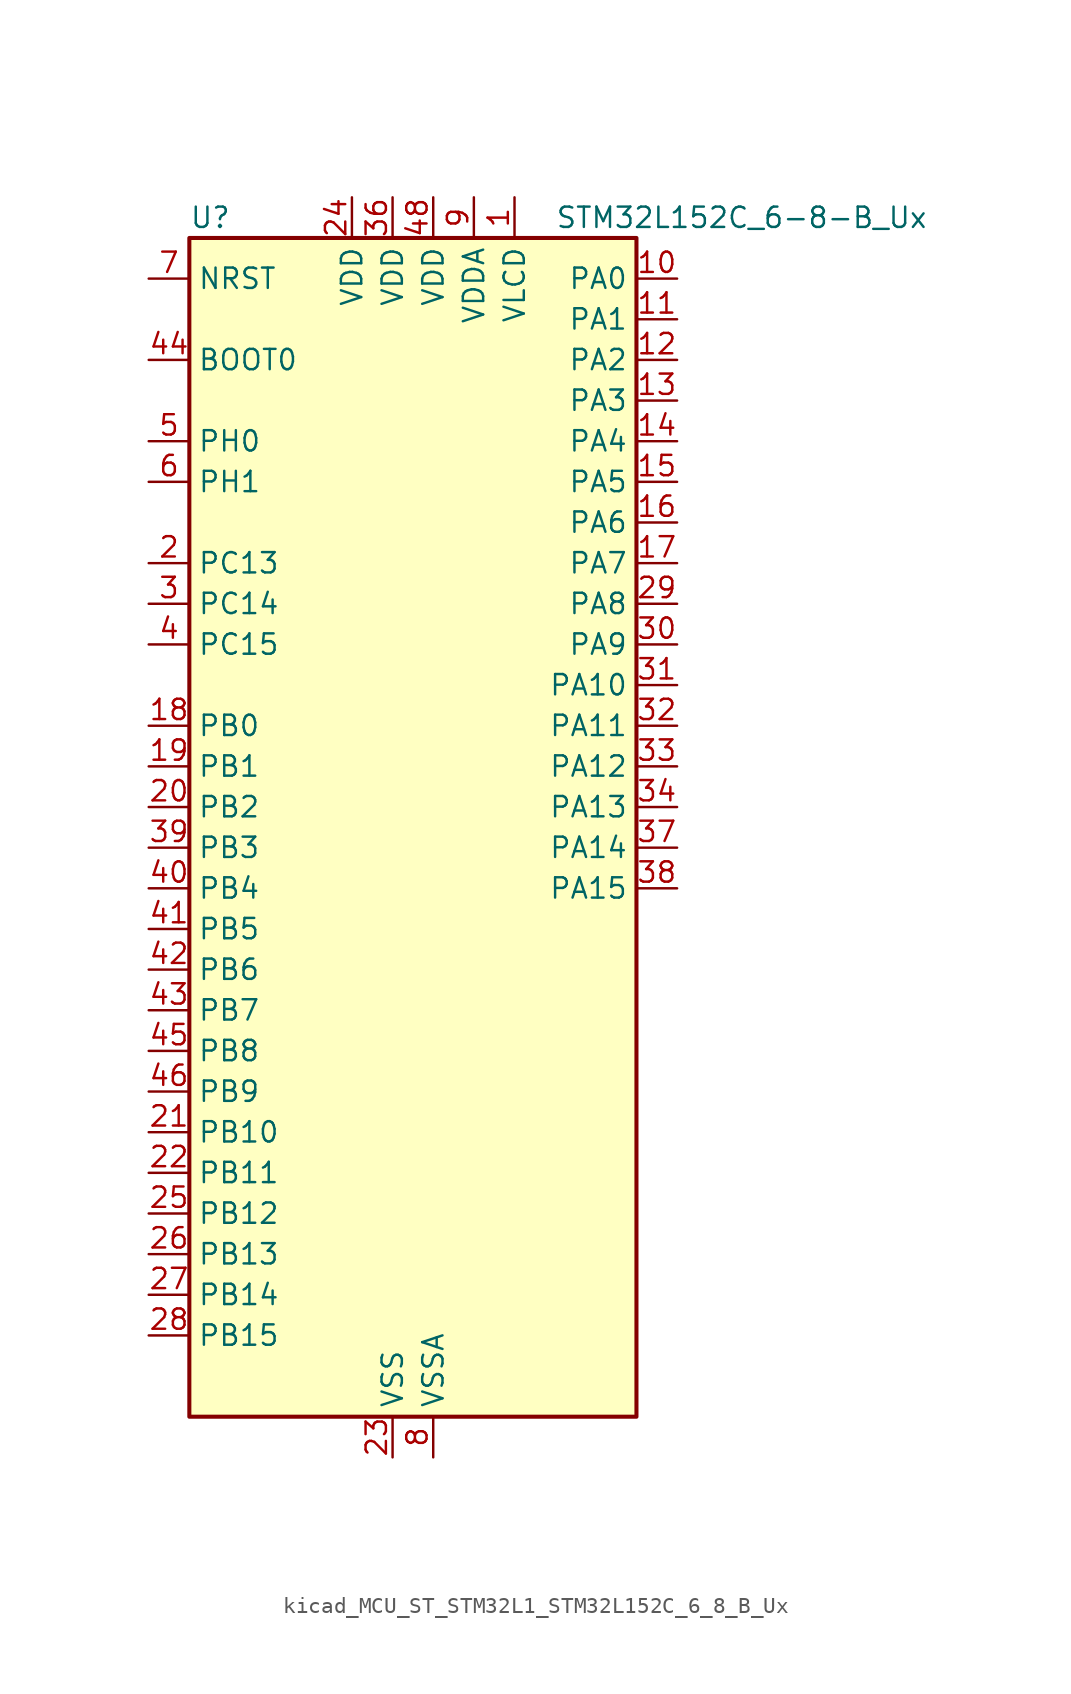
<source format=kicad_sym>
(kicad_symbol_lib
  (version 20220914)
  (generator kicad_symbol_editor)
  (symbol "kicad_MCU_ST_STM32L1_STM32L152C_6_8_B_Ux"
    (property "Reference" "U"
      (at -12.7 39.37 0)
      (effects (font (size 1.27 1.27)) (justify left)))
    (property "Value" "STM32L152C_6-8-B_Ux"
      (at 10.16 39.37 0)
      (effects (font (size 1.27 1.27)) (justify left)))
    (property "ki_locked" ""
      (at 0 0 0)
      (effects (font (size 1.27 1.27))))
    (symbol "kicad_MCU_ST_STM32L1_STM32L152C_6_8_B_Ux_0_1"
      (rectangle (start -12.7 -35.56) (end 15.24 38.1) (stroke (width 0.254) (type default)) (fill (type background))))
    (symbol "kicad_MCU_ST_STM32L1_STM32L152C_6_8_B_Ux_1_1"
      (pin power_in line (at 7.62 40.64 270) (length 2.54) (name "VLCD" (effects (font (size 1.27 1.27)))) (number "1" (effects (font (size 1.27 1.27)))))
      (pin bidirectional line (at 17.78 35.56 180) (length 2.54) (name "PA0" (effects (font (size 1.27 1.27)))) (number "10" (effects (font (size 1.27 1.27)))) (alternate "ADC_IN0" bidirectional line) (alternate "COMP1_INP" bidirectional line) (alternate "SYS_WKUP1" bidirectional line) (alternate "TIM2_CH1" bidirectional line) (alternate "TIM2_ETR" bidirectional line) (alternate "TIMX_IC1" bidirectional line) (alternate "TS_G1_IO1" bidirectional line) (alternate "USART2_CTS" bidirectional line))
      (pin bidirectional line (at 17.78 33.02 180) (length 2.54) (name "PA1" (effects (font (size 1.27 1.27)))) (number "11" (effects (font (size 1.27 1.27)))) (alternate "ADC_IN1" bidirectional line) (alternate "COMP1_INP" bidirectional line) (alternate "LCD_SEG0" bidirectional line) (alternate "TIM2_CH2" bidirectional line) (alternate "TIMX_IC2" bidirectional line) (alternate "TS_G1_IO2" bidirectional line) (alternate "USART2_RTS" bidirectional line))
      (pin bidirectional line (at 17.78 30.48 180) (length 2.54) (name "PA2" (effects (font (size 1.27 1.27)))) (number "12" (effects (font (size 1.27 1.27)))) (alternate "ADC_IN2" bidirectional line) (alternate "COMP1_INP" bidirectional line) (alternate "LCD_SEG1" bidirectional line) (alternate "TIM2_CH3" bidirectional line) (alternate "TIM9_CH1" bidirectional line) (alternate "TIMX_IC3" bidirectional line) (alternate "TS_G1_IO3" bidirectional line) (alternate "USART2_TX" bidirectional line))
      (pin bidirectional line (at 17.78 27.94 180) (length 2.54) (name "PA3" (effects (font (size 1.27 1.27)))) (number "13" (effects (font (size 1.27 1.27)))) (alternate "ADC_IN3" bidirectional line) (alternate "COMP1_INP" bidirectional line) (alternate "LCD_SEG2" bidirectional line) (alternate "TIM2_CH4" bidirectional line) (alternate "TIM9_CH2" bidirectional line) (alternate "TIMX_IC4" bidirectional line) (alternate "TS_G1_IO4" bidirectional line) (alternate "USART2_RX" bidirectional line))
      (pin bidirectional line (at 17.78 25.4 180) (length 2.54) (name "PA4" (effects (font (size 1.27 1.27)))) (number "14" (effects (font (size 1.27 1.27)))) (alternate "ADC_IN4" bidirectional line) (alternate "COMP1_INP" bidirectional line) (alternate "DAC_OUT1" bidirectional line) (alternate "SPI1_NSS" bidirectional line) (alternate "TIMX_IC1" bidirectional line) (alternate "USART2_CK" bidirectional line))
      (pin bidirectional line (at 17.78 22.86 180) (length 2.54) (name "PA5" (effects (font (size 1.27 1.27)))) (number "15" (effects (font (size 1.27 1.27)))) (alternate "ADC_IN5" bidirectional line) (alternate "COMP1_INP" bidirectional line) (alternate "DAC_OUT2" bidirectional line) (alternate "SPI1_SCK" bidirectional line) (alternate "TIM2_CH1" bidirectional line) (alternate "TIM2_ETR" bidirectional line) (alternate "TIMX_IC2" bidirectional line))
      (pin bidirectional line (at 17.78 20.32 180) (length 2.54) (name "PA6" (effects (font (size 1.27 1.27)))) (number "16" (effects (font (size 1.27 1.27)))) (alternate "ADC_IN6" bidirectional line) (alternate "COMP1_INP" bidirectional line) (alternate "LCD_SEG3" bidirectional line) (alternate "SPI1_MISO" bidirectional line) (alternate "TIM10_CH1" bidirectional line) (alternate "TIM3_CH1" bidirectional line) (alternate "TIMX_IC3" bidirectional line) (alternate "TS_G2_IO1" bidirectional line))
      (pin bidirectional line (at 17.78 17.78 180) (length 2.54) (name "PA7" (effects (font (size 1.27 1.27)))) (number "17" (effects (font (size 1.27 1.27)))) (alternate "ADC_IN7" bidirectional line) (alternate "COMP1_INP" bidirectional line) (alternate "LCD_SEG4" bidirectional line) (alternate "SPI1_MOSI" bidirectional line) (alternate "TIM11_CH1" bidirectional line) (alternate "TIM3_CH2" bidirectional line) (alternate "TIMX_IC4" bidirectional line) (alternate "TS_G2_IO2" bidirectional line))
      (pin bidirectional line (at -15.24 7.62 0) (length 2.54) (name "PB0" (effects (font (size 1.27 1.27)))) (number "18" (effects (font (size 1.27 1.27)))) (alternate "ADC_IN8" bidirectional line) (alternate "COMP1_INP" bidirectional line) (alternate "LCD_SEG5" bidirectional line) (alternate "SYS_V_REF_OUT" bidirectional line) (alternate "TIM3_CH3" bidirectional line) (alternate "TS_G3_IO1" bidirectional line))
      (pin bidirectional line (at -15.24 5.08 0) (length 2.54) (name "PB1" (effects (font (size 1.27 1.27)))) (number "19" (effects (font (size 1.27 1.27)))) (alternate "ADC_IN9" bidirectional line) (alternate "COMP1_INP" bidirectional line) (alternate "LCD_SEG6" bidirectional line) (alternate "SYS_V_REF_OUT" bidirectional line) (alternate "TIM3_CH4" bidirectional line) (alternate "TS_G3_IO2" bidirectional line))
      (pin bidirectional line (at -15.24 17.78 0) (length 2.54) (name "PC13" (effects (font (size 1.27 1.27)))) (number "2" (effects (font (size 1.27 1.27)))) (alternate "RTC_OUT_ALARM" bidirectional line) (alternate "RTC_OUT_CALIB" bidirectional line) (alternate "RTC_TAMP1" bidirectional line) (alternate "RTC_TS" bidirectional line) (alternate "SYS_WKUP2" bidirectional line) (alternate "TIMX_IC2" bidirectional line))
      (pin bidirectional line (at -15.24 2.54 0) (length 2.54) (name "PB2" (effects (font (size 1.27 1.27)))) (number "20" (effects (font (size 1.27 1.27)))))
      (pin bidirectional line (at -15.24 -17.78 0) (length 2.54) (name "PB10" (effects (font (size 1.27 1.27)))) (number "21" (effects (font (size 1.27 1.27)))) (alternate "I2C2_SCL" bidirectional line) (alternate "LCD_SEG10" bidirectional line) (alternate "TIM2_CH3" bidirectional line) (alternate "USART3_TX" bidirectional line))
      (pin bidirectional line (at -15.24 -20.32 0) (length 2.54) (name "PB11" (effects (font (size 1.27 1.27)))) (number "22" (effects (font (size 1.27 1.27)))) (alternate "ADC_EXTI11" bidirectional line) (alternate "I2C2_SDA" bidirectional line) (alternate "LCD_SEG11" bidirectional line) (alternate "TIM2_CH4" bidirectional line) (alternate "USART3_RX" bidirectional line))
      (pin power_in line (at 0 -38.1 90) (length 2.54) (name "VSS" (effects (font (size 1.27 1.27)))) (number "23" (effects (font (size 1.27 1.27)))))
      (pin power_in line (at -2.54 40.64 270) (length 2.54) (name "VDD" (effects (font (size 1.27 1.27)))) (number "24" (effects (font (size 1.27 1.27)))))
      (pin bidirectional line (at -15.24 -22.86 0) (length 2.54) (name "PB12" (effects (font (size 1.27 1.27)))) (number "25" (effects (font (size 1.27 1.27)))) (alternate "ADC_IN18" bidirectional line) (alternate "COMP1_INP" bidirectional line) (alternate "I2C2_SMBA" bidirectional line) (alternate "LCD_SEG12" bidirectional line) (alternate "SPI2_NSS" bidirectional line) (alternate "TIM10_CH1" bidirectional line) (alternate "TS_G7_IO1" bidirectional line) (alternate "USART3_CK" bidirectional line))
      (pin bidirectional line (at -15.24 -25.4 0) (length 2.54) (name "PB13" (effects (font (size 1.27 1.27)))) (number "26" (effects (font (size 1.27 1.27)))) (alternate "ADC_IN19" bidirectional line) (alternate "COMP1_INP" bidirectional line) (alternate "LCD_SEG13" bidirectional line) (alternate "SPI2_SCK" bidirectional line) (alternate "TIM9_CH1" bidirectional line) (alternate "TS_G7_IO2" bidirectional line) (alternate "USART3_CTS" bidirectional line))
      (pin bidirectional line (at -15.24 -27.94 0) (length 2.54) (name "PB14" (effects (font (size 1.27 1.27)))) (number "27" (effects (font (size 1.27 1.27)))) (alternate "ADC_IN20" bidirectional line) (alternate "COMP1_INP" bidirectional line) (alternate "LCD_SEG14" bidirectional line) (alternate "SPI2_MISO" bidirectional line) (alternate "TIM9_CH2" bidirectional line) (alternate "TS_G7_IO3" bidirectional line) (alternate "USART3_RTS" bidirectional line))
      (pin bidirectional line (at -15.24 -30.48 0) (length 2.54) (name "PB15" (effects (font (size 1.27 1.27)))) (number "28" (effects (font (size 1.27 1.27)))) (alternate "ADC_EXTI15" bidirectional line) (alternate "ADC_IN21" bidirectional line) (alternate "COMP1_INP" bidirectional line) (alternate "LCD_SEG15" bidirectional line) (alternate "RTC_REFIN" bidirectional line) (alternate "SPI2_MOSI" bidirectional line) (alternate "TIM11_CH1" bidirectional line) (alternate "TS_G7_IO4" bidirectional line))
      (pin bidirectional line (at 17.78 15.24 180) (length 2.54) (name "PA8" (effects (font (size 1.27 1.27)))) (number "29" (effects (font (size 1.27 1.27)))) (alternate "LCD_COM0" bidirectional line) (alternate "RCC_MCO" bidirectional line) (alternate "TIMX_IC1" bidirectional line) (alternate "TS_G4_IO1" bidirectional line) (alternate "USART1_CK" bidirectional line))
      (pin bidirectional line (at -15.24 15.24 0) (length 2.54) (name "PC14" (effects (font (size 1.27 1.27)))) (number "3" (effects (font (size 1.27 1.27)))) (alternate "RCC_OSC32_IN" bidirectional line) (alternate "TIMX_IC3" bidirectional line))
      (pin bidirectional line (at 17.78 12.7 180) (length 2.54) (name "PA9" (effects (font (size 1.27 1.27)))) (number "30" (effects (font (size 1.27 1.27)))) (alternate "DAC_EXTI9" bidirectional line) (alternate "LCD_COM1" bidirectional line) (alternate "TIMX_IC2" bidirectional line) (alternate "TS_G4_IO2" bidirectional line) (alternate "USART1_TX" bidirectional line))
      (pin bidirectional line (at 17.78 10.16 180) (length 2.54) (name "PA10" (effects (font (size 1.27 1.27)))) (number "31" (effects (font (size 1.27 1.27)))) (alternate "LCD_COM2" bidirectional line) (alternate "TIMX_IC3" bidirectional line) (alternate "TS_G4_IO3" bidirectional line) (alternate "USART1_RX" bidirectional line))
      (pin bidirectional line (at 17.78 7.62 180) (length 2.54) (name "PA11" (effects (font (size 1.27 1.27)))) (number "32" (effects (font (size 1.27 1.27)))) (alternate "ADC_EXTI11" bidirectional line) (alternate "SPI1_MISO" bidirectional line) (alternate "TIMX_IC4" bidirectional line) (alternate "USART1_CTS" bidirectional line) (alternate "USB_DM" bidirectional line))
      (pin bidirectional line (at 17.78 5.08 180) (length 2.54) (name "PA12" (effects (font (size 1.27 1.27)))) (number "33" (effects (font (size 1.27 1.27)))) (alternate "SPI1_MOSI" bidirectional line) (alternate "TIMX_IC1" bidirectional line) (alternate "USART1_RTS" bidirectional line) (alternate "USB_DP" bidirectional line))
      (pin bidirectional line (at 17.78 2.54 180) (length 2.54) (name "PA13" (effects (font (size 1.27 1.27)))) (number "34" (effects (font (size 1.27 1.27)))) (alternate "SYS_JTMS-SWDIO" bidirectional line) (alternate "TIMX_IC2" bidirectional line) (alternate "TS_G5_IO1" bidirectional line))
      (pin passive line (at 0 -38.1 90) (length 2.54) hide (name "VSS" (effects (font (size 1.27 1.27)))) (number "35" (effects (font (size 1.27 1.27)))))
      (pin power_in line (at 0 40.64 270) (length 2.54) (name "VDD" (effects (font (size 1.27 1.27)))) (number "36" (effects (font (size 1.27 1.27)))))
      (pin bidirectional line (at 17.78 0 180) (length 2.54) (name "PA14" (effects (font (size 1.27 1.27)))) (number "37" (effects (font (size 1.27 1.27)))) (alternate "SYS_JTCK-SWCLK" bidirectional line) (alternate "TIMX_IC3" bidirectional line) (alternate "TS_G5_IO2" bidirectional line))
      (pin bidirectional line (at 17.78 -2.54 180) (length 2.54) (name "PA15" (effects (font (size 1.27 1.27)))) (number "38" (effects (font (size 1.27 1.27)))) (alternate "ADC_EXTI15" bidirectional line) (alternate "LCD_SEG17" bidirectional line) (alternate "SPI1_NSS" bidirectional line) (alternate "SYS_JTDI" bidirectional line) (alternate "TIM2_CH1" bidirectional line) (alternate "TIM2_ETR" bidirectional line) (alternate "TIMX_IC4" bidirectional line) (alternate "TS_G5_IO3" bidirectional line))
      (pin bidirectional line (at -15.24 0 0) (length 2.54) (name "PB3" (effects (font (size 1.27 1.27)))) (number "39" (effects (font (size 1.27 1.27)))) (alternate "COMP2_INM" bidirectional line) (alternate "LCD_SEG7" bidirectional line) (alternate "SPI1_SCK" bidirectional line) (alternate "SYS_JTDO-TRACESWO" bidirectional line) (alternate "TIM2_CH2" bidirectional line))
      (pin bidirectional line (at -15.24 12.7 0) (length 2.54) (name "PC15" (effects (font (size 1.27 1.27)))) (number "4" (effects (font (size 1.27 1.27)))) (alternate "ADC_EXTI15" bidirectional line) (alternate "RCC_OSC32_OUT" bidirectional line) (alternate "TIMX_IC4" bidirectional line))
      (pin bidirectional line (at -15.24 -2.54 0) (length 2.54) (name "PB4" (effects (font (size 1.27 1.27)))) (number "40" (effects (font (size 1.27 1.27)))) (alternate "COMP2_INP" bidirectional line) (alternate "LCD_SEG8" bidirectional line) (alternate "SPI1_MISO" bidirectional line) (alternate "SYS_JTRST" bidirectional line) (alternate "TIM3_CH1" bidirectional line) (alternate "TS_G6_IO1" bidirectional line))
      (pin bidirectional line (at -15.24 -5.08 0) (length 2.54) (name "PB5" (effects (font (size 1.27 1.27)))) (number "41" (effects (font (size 1.27 1.27)))) (alternate "COMP2_INP" bidirectional line) (alternate "I2C1_SMBA" bidirectional line) (alternate "LCD_SEG9" bidirectional line) (alternate "SPI1_MOSI" bidirectional line) (alternate "TIM3_CH2" bidirectional line) (alternate "TS_G6_IO2" bidirectional line))
      (pin bidirectional line (at -15.24 -7.62 0) (length 2.54) (name "PB6" (effects (font (size 1.27 1.27)))) (number "42" (effects (font (size 1.27 1.27)))) (alternate "I2C1_SCL" bidirectional line) (alternate "TIM4_CH1" bidirectional line) (alternate "USART1_TX" bidirectional line))
      (pin bidirectional line (at -15.24 -10.16 0) (length 2.54) (name "PB7" (effects (font (size 1.27 1.27)))) (number "43" (effects (font (size 1.27 1.27)))) (alternate "I2C1_SDA" bidirectional line) (alternate "SYS_PVD_IN" bidirectional line) (alternate "TIM4_CH2" bidirectional line) (alternate "USART1_RX" bidirectional line))
      (pin input line (at -15.24 30.48 0) (length 2.54) (name "BOOT0" (effects (font (size 1.27 1.27)))) (number "44" (effects (font (size 1.27 1.27)))))
      (pin bidirectional line (at -15.24 -12.7 0) (length 2.54) (name "PB8" (effects (font (size 1.27 1.27)))) (number "45" (effects (font (size 1.27 1.27)))) (alternate "I2C1_SCL" bidirectional line) (alternate "LCD_SEG16" bidirectional line) (alternate "TIM10_CH1" bidirectional line) (alternate "TIM4_CH3" bidirectional line))
      (pin bidirectional line (at -15.24 -15.24 0) (length 2.54) (name "PB9" (effects (font (size 1.27 1.27)))) (number "46" (effects (font (size 1.27 1.27)))) (alternate "DAC_EXTI9" bidirectional line) (alternate "I2C1_SDA" bidirectional line) (alternate "LCD_COM3" bidirectional line) (alternate "TIM11_CH1" bidirectional line) (alternate "TIM4_CH4" bidirectional line))
      (pin passive line (at 0 -38.1 90) (length 2.54) hide (name "VSS" (effects (font (size 1.27 1.27)))) (number "47" (effects (font (size 1.27 1.27)))))
      (pin power_in line (at 2.54 40.64 270) (length 2.54) (name "VDD" (effects (font (size 1.27 1.27)))) (number "48" (effects (font (size 1.27 1.27)))))
      (pin passive line (at 0 -38.1 90) (length 2.54) hide (name "VSS" (effects (font (size 1.27 1.27)))) (number "49" (effects (font (size 1.27 1.27)))))
      (pin bidirectional line (at -15.24 25.4 0) (length 2.54) (name "PH0" (effects (font (size 1.27 1.27)))) (number "5" (effects (font (size 1.27 1.27)))) (alternate "RCC_OSC_IN" bidirectional line))
      (pin bidirectional line (at -15.24 22.86 0) (length 2.54) (name "PH1" (effects (font (size 1.27 1.27)))) (number "6" (effects (font (size 1.27 1.27)))) (alternate "RCC_OSC_OUT" bidirectional line))
      (pin input line (at -15.24 35.56 0) (length 2.54) (name "NRST" (effects (font (size 1.27 1.27)))) (number "7" (effects (font (size 1.27 1.27)))))
      (pin power_in line (at 2.54 -38.1 90) (length 2.54) (name "VSSA" (effects (font (size 1.27 1.27)))) (number "8" (effects (font (size 1.27 1.27)))))
      (pin power_in line (at 5.08 40.64 270) (length 2.54) (name "VDDA" (effects (font (size 1.27 1.27)))) (number "9" (effects (font (size 1.27 1.27))))))))
</source>
